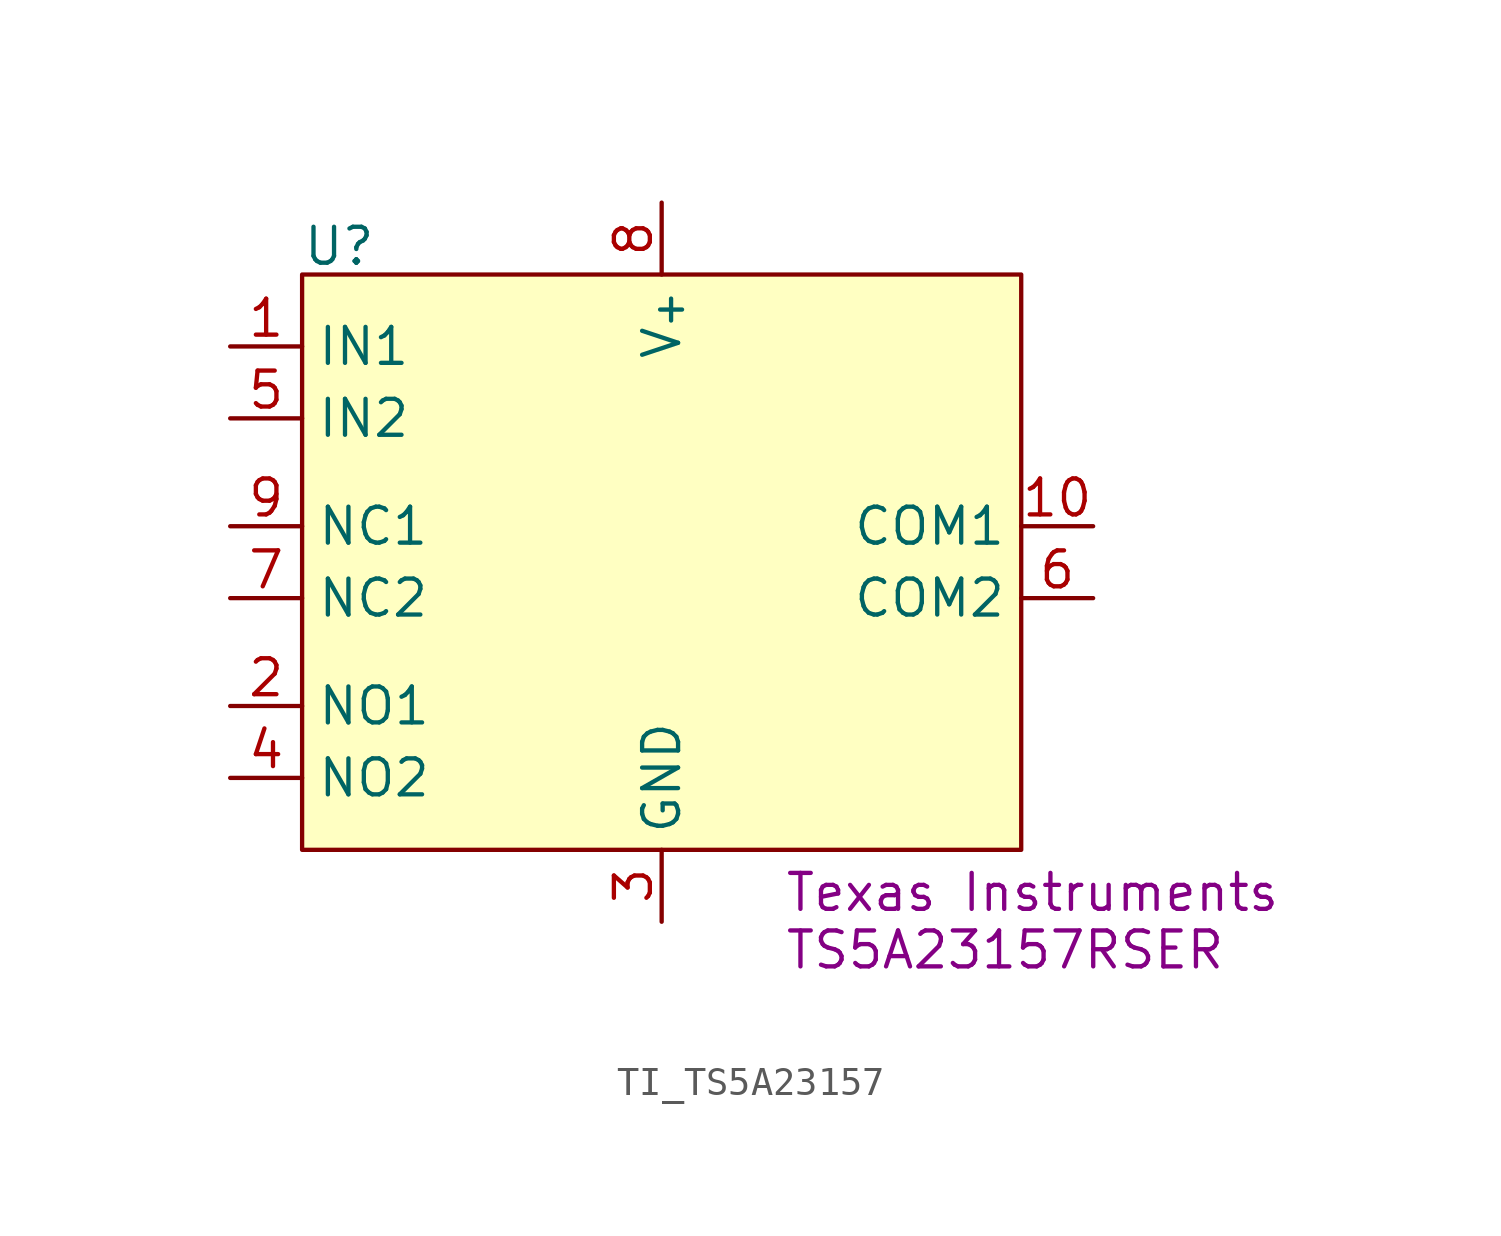
<source format=kicad_sym>
(kicad_symbol_lib
  (version 20241209)
  (generator "kicad_symbol_editor")
  (generator_version "9.0")
  (symbol "TI_TS5A23157"
    (property "Reference" "U"
      (at -12.7 10.414 0)
      (effects (font (size 1.27 1.27)) (justify left bottom)))
    (property "Value" ""
      (at 0 0 0)
      (effects (font (size 1.27 1.27))))
    (property "Manufacturer" "Texas Instruments"
      (at 4.318 -10.922 0)
      (effects (font (size 1.27 1.27)) (justify left top)))
    (property "MPN" "TS5A23157RSER"
      (at 4.318 -12.954 0)
      (effects (font (size 1.27 1.27)) (justify left top)))
    (symbol "TI_TS5A23157_0_0"
      (pin input line (at -15.24 7.62 0) (length 2.54) (name "IN1" (effects (font (size 1.27 1.27)))) (number "1" (effects (font (size 1.27 1.27)))))
      (pin input line (at -15.24 5.08 0) (length 2.54) (name "IN2" (effects (font (size 1.27 1.27)))) (number "5" (effects (font (size 1.27 1.27)))))
      (pin bidirectional line (at -15.24 1.27 0) (length 2.54) (name "NC1" (effects (font (size 1.27 1.27)))) (number "9" (effects (font (size 1.27 1.27)))))
      (pin bidirectional line (at -15.24 -1.27 0) (length 2.54) (name "NC2" (effects (font (size 1.27 1.27)))) (number "7" (effects (font (size 1.27 1.27)))))
      (pin bidirectional line (at -15.24 -5.08 0) (length 2.54) (name "NO1" (effects (font (size 1.27 1.27)))) (number "2" (effects (font (size 1.27 1.27)))))
      (pin bidirectional line (at -15.24 -7.62 0) (length 2.54) (name "NO2" (effects (font (size 1.27 1.27)))) (number "4" (effects (font (size 1.27 1.27)))))
      (pin power_in line (at 0 12.7 270) (length 2.54) (name "V_{+}" (effects (font (size 1.27 1.27)))) (number "8" (effects (font (size 1.27 1.27)))))
      (pin power_in line (at 0 -12.7 90) (length 2.54) (name "GND" (effects (font (size 1.27 1.27)))) (number "3" (effects (font (size 1.27 1.27)))))
      (pin bidirectional line (at 15.24 1.27 180) (length 2.54) (name "COM1" (effects (font (size 1.27 1.27)))) (number "10" (effects (font (size 1.27 1.27)))))
      (pin bidirectional line (at 15.24 -1.27 180) (length 2.54) (name "COM2" (effects (font (size 1.27 1.27)))) (number "6" (effects (font (size 1.27 1.27))))))
    (symbol "TI_TS5A23157_0_1"
      (rectangle (start -12.7 10.16) (end 12.7 -10.16) (stroke (width 0) (type default)) (fill (type background))))))
</source>
